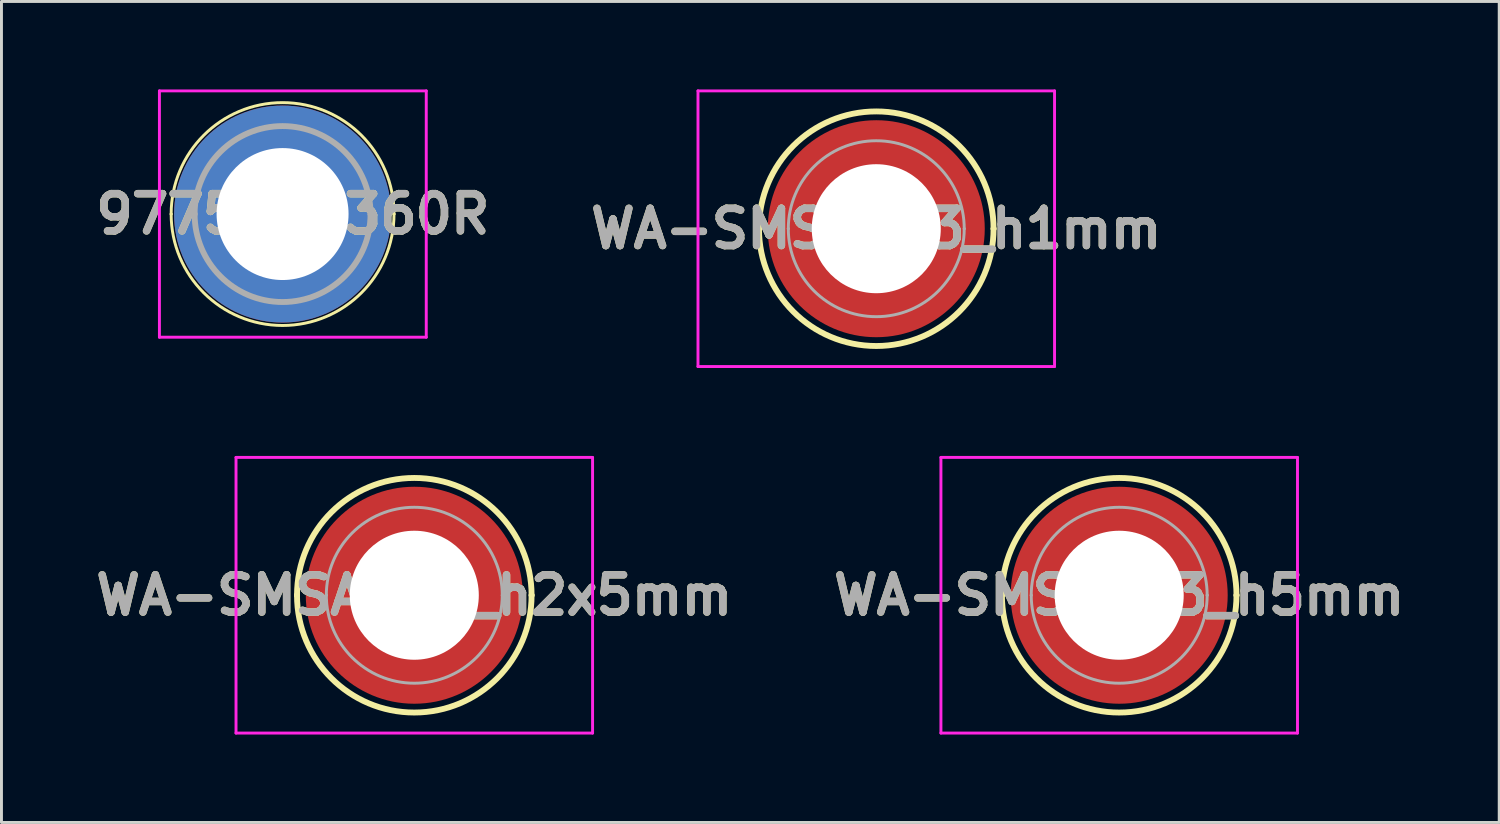
<source format=kicad_pcb>
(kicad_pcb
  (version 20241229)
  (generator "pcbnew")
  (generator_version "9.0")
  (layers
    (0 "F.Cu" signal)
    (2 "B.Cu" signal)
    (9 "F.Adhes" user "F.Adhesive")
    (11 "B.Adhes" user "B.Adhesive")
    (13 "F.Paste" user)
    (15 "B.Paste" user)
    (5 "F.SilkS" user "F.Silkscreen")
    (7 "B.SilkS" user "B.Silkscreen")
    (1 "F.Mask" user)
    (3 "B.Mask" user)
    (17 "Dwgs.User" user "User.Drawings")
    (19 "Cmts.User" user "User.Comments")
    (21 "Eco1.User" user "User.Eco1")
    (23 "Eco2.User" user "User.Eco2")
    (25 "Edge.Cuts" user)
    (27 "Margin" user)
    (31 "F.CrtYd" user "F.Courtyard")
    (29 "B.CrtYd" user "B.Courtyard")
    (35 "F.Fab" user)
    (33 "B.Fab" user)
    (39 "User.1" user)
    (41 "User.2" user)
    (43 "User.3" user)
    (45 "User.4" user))
  (footprint "9775026360R"
    (layer "F.Cu")
    (at 6.587 4.25)
    (property "Reference" "9775026360R" (at 0.35 0 0) (layer "F.SilkS") (effects (font (size 1.27 1.27) (thickness 0.254))))
    (attr through_hole)
    (fp_line (start -3.8 0) (end -3.8 0) (stroke (width 0.1) (type solid)) (layer "F.SilkS"))
    (fp_line (start 3.8 0) (end 3.8 0) (stroke (width 0.1) (type solid)) (layer "F.SilkS"))
    (fp_arc (start -3.8 0) (mid 0 -3.8) (end 3.8 0) (stroke (width 0.1) (type solid)) (layer "F.SilkS"))
    (fp_arc (start 3.8 0) (mid 0 3.8) (end -3.8 0) (stroke (width 0.1) (type solid)) (layer "F.SilkS"))
    (fp_line (start -4.2 -4.2) (end 4.9 -4.2) (stroke (width 0.1) (type solid)) (layer "F.CrtYd"))
    (fp_line (start -4.2 4.2) (end -4.2 -4.2) (stroke (width 0.1) (type solid)) (layer "F.CrtYd"))
    (fp_line (start 4.9 -4.2) (end 4.9 4.2) (stroke (width 0.1) (type solid)) (layer "F.CrtYd"))
    (fp_line (start 4.9 4.2) (end -4.2 4.2) (stroke (width 0.1) (type solid)) (layer "F.CrtYd"))
    (fp_line (start -3 0) (end -3 0) (stroke (width 0.2) (type solid)) (layer "F.Fab"))
    (fp_line (start 3 0) (end 3 0) (stroke (width 0.2) (type solid)) (layer "F.Fab"))
    (fp_arc (start -3 0) (mid 0 -3) (end 3 0) (stroke (width 0.2) (type solid)) (layer "F.Fab"))
    (fp_arc (start 3 0) (mid 0 3) (end -3 0) (stroke (width 0.2) (type solid)) (layer "F.Fab"))
    (fp_text user "${REFERENCE}" (at 0.35 0 0) (layer "F.Fab") (effects (font (size 1.27 1.27) (thickness 0.254))))
    (pad "1" thru_hole circle (at 0 0) (size 7.4 7.4) (drill 4.5) (layers "*.Cu" "*.Mask")))
  (footprint "WA-SMSA_M3_h1mm"
    (layer "F.Cu")
    (at 26.834 4.75)
    (property "Reference" "WA-SMSA_M3_h1mm" (at 0 0 0) (layer "F.SilkS") (effects (font (size 1.27 1.27) (thickness 0.254))))
    (attr through_hole)
    (fp_line (start -4 0) (end -4 0) (stroke (width 0.2) (type solid)) (layer "F.SilkS"))
    (fp_line (start 4 0) (end 4 0) (stroke (width 0.2) (type solid)) (layer "F.SilkS"))
    (fp_arc (start -4 0) (mid 0 -4) (end 4 0) (stroke (width 0.2) (type solid)) (layer "F.SilkS"))
    (fp_arc (start 4 0) (mid 0 4) (end -4 0) (stroke (width 0.2) (type solid)) (layer "F.SilkS"))
    (fp_line (start -6.08 -4.7) (end 6.08 -4.7) (stroke (width 0.1) (type solid)) (layer "F.CrtYd"))
    (fp_line (start -6.08 4.7) (end -6.08 -4.7) (stroke (width 0.1) (type solid)) (layer "F.CrtYd"))
    (fp_line (start 6.08 -4.7) (end 6.08 4.7) (stroke (width 0.1) (type solid)) (layer "F.CrtYd"))
    (fp_line (start 6.08 4.7) (end -6.08 4.7) (stroke (width 0.1) (type solid)) (layer "F.CrtYd"))
    (fp_line (start -3 0) (end -3 0) (stroke (width 0.1) (type solid)) (layer "F.Fab"))
    (fp_line (start 3 0) (end 3 0) (stroke (width 0.1) (type solid)) (layer "F.Fab"))
    (fp_arc (start -3 0) (mid 0 -3) (end 3 0) (stroke (width 0.1) (type solid)) (layer "F.Fab"))
    (fp_arc (start 3 0) (mid 0 3) (end -3 0) (stroke (width 0.1) (type solid)) (layer "F.Fab"))
    (fp_text user "${REFERENCE}" (at 0 0 0) (layer "F.Fab") (effects (font (size 1.27 1.27) (thickness 0.254))))
    (pad "" np_thru_hole circle (at 0 0) (size 4.4 4.4) (drill 4.4) (layers "*.Cu" "*.Mask"))
    (pad "1" smd circle (at 0 0 90) (size 7.4 7.4) (layers "F.Cu" "F.Mask" "F.Paste")))
  (footprint "WA-SMSA_M3_h5mm"
    (layer "F.Cu")
    (at 35.119 17.25)
    (property "Reference" "WA-SMSA_M3_h5mm" (at 0 0 0) (layer "F.SilkS") (effects (font (size 1.27 1.27) (thickness 0.254))))
    (attr through_hole)
    (fp_line (start -4 0) (end -4 0) (stroke (width 0.2) (type solid)) (layer "F.SilkS"))
    (fp_line (start 4 0) (end 4 0) (stroke (width 0.2) (type solid)) (layer "F.SilkS"))
    (fp_arc (start -4 0) (mid 0 -4) (end 4 0) (stroke (width 0.2) (type solid)) (layer "F.SilkS"))
    (fp_arc (start 4 0) (mid 0 4) (end -4 0) (stroke (width 0.2) (type solid)) (layer "F.SilkS"))
    (fp_line (start -6.08 -4.7) (end 6.08 -4.7) (stroke (width 0.1) (type solid)) (layer "F.CrtYd"))
    (fp_line (start -6.08 4.7) (end -6.08 -4.7) (stroke (width 0.1) (type solid)) (layer "F.CrtYd"))
    (fp_line (start 6.08 -4.7) (end 6.08 4.7) (stroke (width 0.1) (type solid)) (layer "F.CrtYd"))
    (fp_line (start 6.08 4.7) (end -6.08 4.7) (stroke (width 0.1) (type solid)) (layer "F.CrtYd"))
    (fp_line (start -3 0) (end -3 0) (stroke (width 0.1) (type solid)) (layer "F.Fab"))
    (fp_line (start 3 0) (end 3 0) (stroke (width 0.1) (type solid)) (layer "F.Fab"))
    (fp_arc (start -3 0) (mid 0 -3) (end 3 0) (stroke (width 0.1) (type solid)) (layer "F.Fab"))
    (fp_arc (start 3 0) (mid 0 3) (end -3 0) (stroke (width 0.1) (type solid)) (layer "F.Fab"))
    (fp_text user "${REFERENCE}" (at 0 0 0) (layer "F.Fab") (effects (font (size 1.27 1.27) (thickness 0.254))))
    (pad "" np_thru_hole circle (at 0 0) (size 4.4 4.4) (drill 4.4) (layers "*.Cu" "*.Mask"))
    (pad "1" smd circle (at 0 0 90) (size 7.4 7.4) (layers "F.Cu" "F.Mask" "F.Paste")))
  (footprint "WA-SMSA_M3_h2x5mm"
    (layer "F.Cu")
    (at 11.079 17.25)
    (property "Reference" "WA-SMSA_M3_h2x5mm" (at 0 0 0) (layer "F.SilkS") (effects (font (size 1.27 1.27) (thickness 0.254))))
    (attr through_hole)
    (fp_line (start -4 0) (end -4 0) (stroke (width 0.2) (type solid)) (layer "F.SilkS"))
    (fp_line (start 4 0) (end 4 0) (stroke (width 0.2) (type solid)) (layer "F.SilkS"))
    (fp_arc (start -4 0) (mid 0 -4) (end 4 0) (stroke (width 0.2) (type solid)) (layer "F.SilkS"))
    (fp_arc (start 4 0) (mid 0 4) (end -4 0) (stroke (width 0.2) (type solid)) (layer "F.SilkS"))
    (fp_line (start -6.08 -4.7) (end 6.08 -4.7) (stroke (width 0.1) (type solid)) (layer "F.CrtYd"))
    (fp_line (start -6.08 4.7) (end -6.08 -4.7) (stroke (width 0.1) (type solid)) (layer "F.CrtYd"))
    (fp_line (start 6.08 -4.7) (end 6.08 4.7) (stroke (width 0.1) (type solid)) (layer "F.CrtYd"))
    (fp_line (start 6.08 4.7) (end -6.08 4.7) (stroke (width 0.1) (type solid)) (layer "F.CrtYd"))
    (fp_line (start -3 0) (end -3 0) (stroke (width 0.1) (type solid)) (layer "F.Fab"))
    (fp_line (start 3 0) (end 3 0) (stroke (width 0.1) (type solid)) (layer "F.Fab"))
    (fp_arc (start -3 0) (mid 0 -3) (end 3 0) (stroke (width 0.1) (type solid)) (layer "F.Fab"))
    (fp_arc (start 3 0) (mid 0 3) (end -3 0) (stroke (width 0.1) (type solid)) (layer "F.Fab"))
    (fp_text user "${REFERENCE}" (at 0 0 0) (layer "F.Fab") (effects (font (size 1.27 1.27) (thickness 0.254))))
    (pad "" np_thru_hole circle (at 0 0) (size 4.4 4.4) (drill 4.4) (layers "*.Cu" "*.Mask"))
    (pad "1" smd circle (at 0 0 90) (size 7.4 7.4) (layers "F.Cu" "F.Mask" "F.Paste")))
  (gr_rect
    (start -3 -3)
    (end 48.079 25)
    (stroke (width 0.1) (type default))
    (fill no)
    (layer "Edge.Cuts")))
</source>
